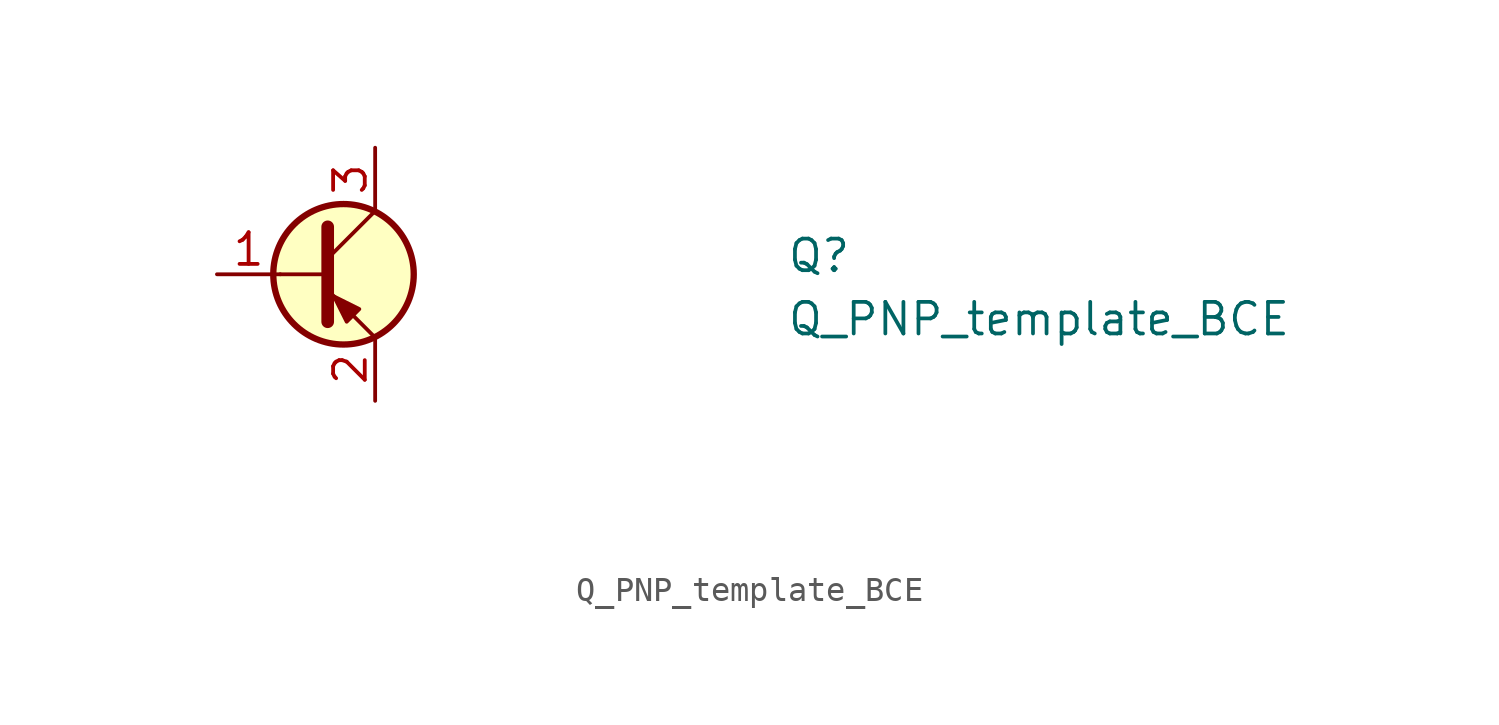
<source format=kicad_sym>
(kicad_symbol_lib
  (version 20220914)
  (generator kicad_symbol_editor)
  (symbol "Q_PNP_template_BCE"
    (pin_names
      (offset 0) hide)
    (property "Reference" "Q"
      (at 22.86 0 0)
      (effects (font (size 1.27 1.27) (thickness 0.15)) (justify left bottom)))
    (property "Value" "Q_PNP_template_BCE"
      (at 22.86 -2.54 0)
      (effects (font (size 1.27 1.27) (thickness 0.15)) (justify left bottom)))
    (property "MPN" ""
      (at 22.86 -10.16 0)
      (effects (font (size 1.27 1.27) (thickness 0.15)) (justify left bottom)))
    (symbol "Q_PNP_template_BCE_0_1"
      (polyline (pts (xy 2.54 0) (xy 4.445 0)) (stroke (width 0) (type default)) (fill (type none)))
      (polyline (pts (xy 4.445 0.635) (xy 6.35 2.54)) (stroke (width 0) (type default)) (fill (type none)))
      (polyline (pts (xy 4.445 -0.635) (xy 6.35 -2.54) (xy 6.35 -2.54)) (stroke (width 0) (type default)) (fill (type none)))
      (polyline (pts (xy 4.445 1.905) (xy 4.445 -1.905) (xy 4.445 -1.905)) (stroke (width 0.508) (type default)) (fill (type none)))
      (polyline (pts (xy 5.715 -1.397) (xy 5.207 -1.905) (xy 4.699 -0.889) (xy 5.715 -1.397) (xy 5.715 -1.397)) (stroke (width 0) (type default)) (fill (type outline)))
      (circle (center 5.08 0) (radius 2.819) (stroke (width 0.254) (type default)) (fill (type background))))
    (symbol "Q_PNP_template_BCE_1_1"
      (pin input line (at 0 0 0) (length 2.54) (name "B" (effects (font (size 1.27 1.27)))) (number "1" (effects (font (size 1.27 1.27)))))
      (pin passive line (at 6.35 -5.08 90) (length 2.54) (name "E" (effects (font (size 1.27 1.27)))) (number "2" (effects (font (size 1.27 1.27)))))
      (pin passive line (at 6.35 5.08 270) (length 2.54) (name "C" (effects (font (size 1.27 1.27)))) (number "3" (effects (font (size 1.27 1.27))))))))
</source>
